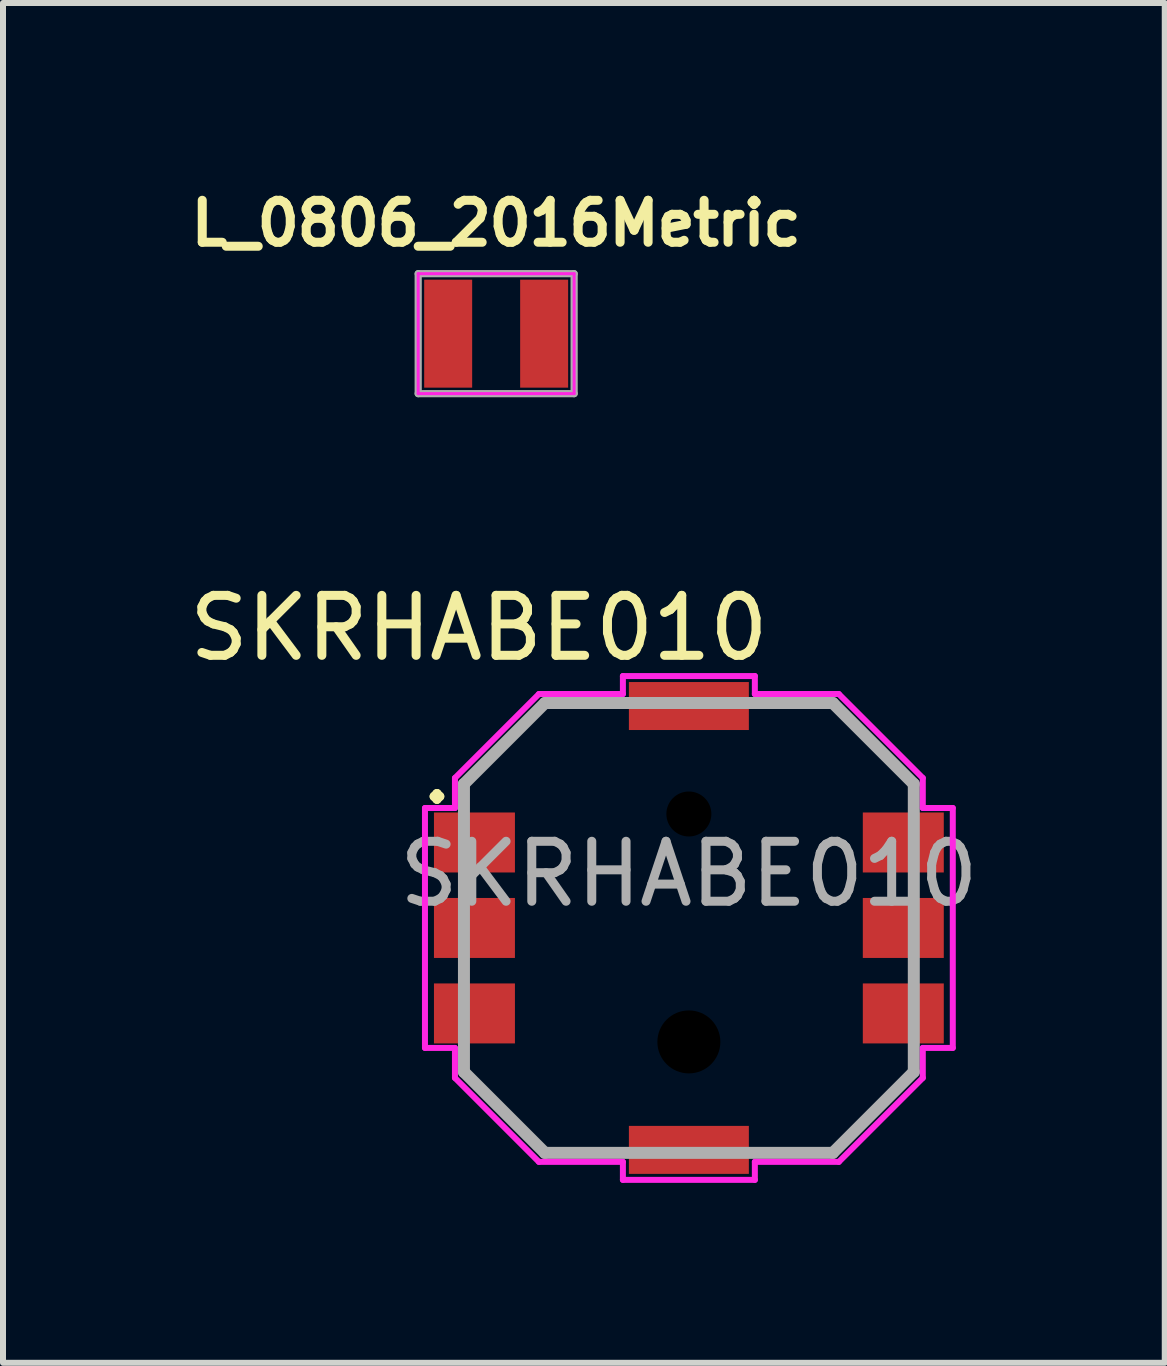
<source format=kicad_pcb>
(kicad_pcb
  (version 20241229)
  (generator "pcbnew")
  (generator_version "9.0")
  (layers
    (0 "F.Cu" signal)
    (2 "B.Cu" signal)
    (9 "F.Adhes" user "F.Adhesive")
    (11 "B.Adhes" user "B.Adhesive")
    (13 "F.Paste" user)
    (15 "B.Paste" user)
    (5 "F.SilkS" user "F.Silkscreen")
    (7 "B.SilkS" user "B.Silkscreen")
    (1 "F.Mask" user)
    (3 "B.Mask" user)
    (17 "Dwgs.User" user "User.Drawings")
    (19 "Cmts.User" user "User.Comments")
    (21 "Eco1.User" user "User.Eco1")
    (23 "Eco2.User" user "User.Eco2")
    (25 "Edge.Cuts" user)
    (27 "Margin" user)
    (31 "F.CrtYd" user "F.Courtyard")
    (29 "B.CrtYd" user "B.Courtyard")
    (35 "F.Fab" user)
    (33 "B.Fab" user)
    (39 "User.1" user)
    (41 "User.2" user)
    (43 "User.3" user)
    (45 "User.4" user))
  (footprint "L_0806_2016Metric"
    (layer "F.Cu")
    (at 5.222 2.513)
    (property "Reference" "L_0806_2016Metric" (at 0 -1.84 0) (layer "F.SilkS") (effects (font (size 0.7 0.7) (thickness 0.15))))
    (attr smd)
    (fp_line (start -1.2 -1) (end 1.2 -1) (stroke (width 0.1) (type solid)) (layer "F.SilkS"))
    (fp_line (start -1.2 1) (end 1.2 1) (stroke (width 0.1) (type solid)) (layer "F.SilkS"))
    (fp_line (start -1.3 -1) (end 1.3 -1) (stroke (width 0.05) (type solid)) (layer "F.CrtYd"))
    (fp_line (start -1.3 1) (end -1.3 -1) (stroke (width 0.05) (type solid)) (layer "F.CrtYd"))
    (fp_line (start -1.3 1) (end 1.3 1) (stroke (width 0.05) (type solid)) (layer "F.CrtYd"))
    (fp_line (start 1.3 1) (end 1.3 -1) (stroke (width 0.05) (type solid)) (layer "F.CrtYd"))
    (fp_line (start -1.3 -1) (end -1.3 1) (stroke (width 0.12) (type solid)) (layer "F.Fab"))
    (fp_line (start -1.3 -1) (end 1.3 -1) (stroke (width 0.12) (type solid)) (layer "F.Fab"))
    (fp_line (start -1.3 1) (end 1.3 1) (stroke (width 0.12) (type solid)) (layer "F.Fab"))
    (fp_line (start 1.3 -1) (end 1.3 1) (stroke (width 0.12) (type solid)) (layer "F.Fab"))
    (pad "1" smd rect (at -0.8 0) (size 0.8 1.8) (layers "F.Cu" "F.Mask" "F.Paste"))
    (pad "2" smd rect (at 0.8 0) (size 0.8 1.8) (layers "F.Cu" "F.Mask" "F.Paste")))
  (footprint "SKRHABE010"
    (layer "F.Cu")
    (at 8.435 12.421)
    (property "Reference" "SKRHABE010" (at -3.5 -5 0) (layer "F.SilkS") (effects (font (size 1 1) (thickness 0.15))))
    (attr smd)
    (fp_line (start -3.75 -2.4) (end -2.4 -3.75) (stroke (width 0.1) (type solid)) (layer "F.SilkS"))
    (fp_line (start -3.75 2.4) (end -3.75 2.05) (stroke (width 0.1) (type solid)) (layer "F.SilkS"))
    (fp_line (start -3.75 2.4) (end -2.4 3.75) (stroke (width 0.1) (type solid)) (layer "F.SilkS"))
    (fp_line (start -1.1 -3.75) (end -2.4 -3.75) (stroke (width 0.1) (type solid)) (layer "F.SilkS"))
    (fp_line (start -1.1 3.75) (end -2.4 3.75) (stroke (width 0.1) (type solid)) (layer "F.SilkS"))
    (fp_line (start 1.1 -3.75) (end 2.4 -3.75) (stroke (width 0.1) (type solid)) (layer "F.SilkS"))
    (fp_line (start 1.1 3.75) (end 2.4 3.75) (stroke (width 0.1) (type solid)) (layer "F.SilkS"))
    (fp_line (start 3.75 -2.4) (end 2.4 -3.75) (stroke (width 0.1) (type solid)) (layer "F.SilkS"))
    (fp_line (start 3.75 -2.4) (end 3.75 -2.05) (stroke (width 0.1) (type solid)) (layer "F.SilkS"))
    (fp_line (start 3.75 2.4) (end 2.4 3.75) (stroke (width 0.1) (type solid)) (layer "F.SilkS"))
    (fp_line (start 3.75 2.4) (end 3.75 2.05) (stroke (width 0.1) (type solid)) (layer "F.SilkS"))
    (fp_line (start -4.4 2) (end -4.4 -2) (stroke (width 0.1) (type solid)) (layer "F.CrtYd"))
    (fp_line (start -3.9 -2.5) (end -3.9 -2) (stroke (width 0.1) (type solid)) (layer "F.CrtYd"))
    (fp_line (start -3.9 -2) (end -4.4 -2) (stroke (width 0.1) (type solid)) (layer "F.CrtYd"))
    (fp_line (start -3.9 2) (end -4.4 2) (stroke (width 0.1) (type solid)) (layer "F.CrtYd"))
    (fp_line (start -3.9 2.5) (end -3.9 2) (stroke (width 0.1) (type solid)) (layer "F.CrtYd"))
    (fp_line (start -3.9 2.5) (end -2.5 3.9) (stroke (width 0.1) (type solid)) (layer "F.CrtYd"))
    (fp_line (start -2.5 -3.9) (end -3.9 -2.5) (stroke (width 0.1) (type solid)) (layer "F.CrtYd"))
    (fp_line (start -1.1 -4.2) (end -1.1 -3.9) (stroke (width 0.1) (type solid)) (layer "F.CrtYd"))
    (fp_line (start -1.1 -4.2) (end 1.1 -4.2) (stroke (width 0.1) (type solid)) (layer "F.CrtYd"))
    (fp_line (start -1.1 -3.9) (end -2.5 -3.9) (stroke (width 0.1) (type solid)) (layer "F.CrtYd"))
    (fp_line (start -1.1 3.9) (end -2.5 3.9) (stroke (width 0.1) (type solid)) (layer "F.CrtYd"))
    (fp_line (start -1.1 4.2) (end -1.1 3.9) (stroke (width 0.1) (type solid)) (layer "F.CrtYd"))
    (fp_line (start 1.1 -4.2) (end 1.1 -3.9) (stroke (width 0.1) (type solid)) (layer "F.CrtYd"))
    (fp_line (start 1.1 -3.9) (end 2.5 -3.9) (stroke (width 0.1) (type solid)) (layer "F.CrtYd"))
    (fp_line (start 1.1 3.9) (end 2.5 3.9) (stroke (width 0.1) (type solid)) (layer "F.CrtYd"))
    (fp_line (start 1.1 4.2) (end -1.1 4.2) (stroke (width 0.1) (type solid)) (layer "F.CrtYd"))
    (fp_line (start 1.1 4.2) (end 1.1 3.9) (stroke (width 0.1) (type solid)) (layer "F.CrtYd"))
    (fp_line (start 2.5 -3.9) (end 3.9 -2.5) (stroke (width 0.1) (type solid)) (layer "F.CrtYd"))
    (fp_line (start 2.5 3.9) (end 3.9 2.5) (stroke (width 0.1) (type solid)) (layer "F.CrtYd"))
    (fp_line (start 3.9 -2.5) (end 3.9 -2) (stroke (width 0.1) (type solid)) (layer "F.CrtYd"))
    (fp_line (start 3.9 -2) (end 4.4 -2) (stroke (width 0.1) (type solid)) (layer "F.CrtYd"))
    (fp_line (start 3.9 2) (end 4.4 2) (stroke (width 0.1) (type solid)) (layer "F.CrtYd"))
    (fp_line (start 3.9 2.5) (end 3.9 2) (stroke (width 0.1) (type solid)) (layer "F.CrtYd"))
    (fp_line (start 4.4 -2) (end 4.4 2) (stroke (width 0.1) (type solid)) (layer "F.CrtYd"))
    (fp_line (start -3.75 2.4) (end -3.75 -2.4) (stroke (width 0.2) (type solid)) (layer "F.Fab"))
    (fp_line (start -3.75 2.4) (end -2.4 3.75) (stroke (width 0.2) (type solid)) (layer "F.Fab"))
    (fp_line (start -2.4 -3.75) (end -3.75 -2.4) (stroke (width 0.2) (type solid)) (layer "F.Fab"))
    (fp_line (start -2.4 -3.75) (end 2.4 -3.75) (stroke (width 0.2) (type solid)) (layer "F.Fab"))
    (fp_line (start 2.4 -3.75) (end 3.75 -2.4) (stroke (width 0.2) (type solid)) (layer "F.Fab"))
    (fp_line (start 2.4 3.75) (end -2.4 3.75) (stroke (width 0.2) (type solid)) (layer "F.Fab"))
    (fp_line (start 3.75 -2.4) (end 3.75 2.4) (stroke (width 0.2) (type solid)) (layer "F.Fab"))
    (fp_line (start 3.75 2.4) (end 2.4 3.75) (stroke (width 0.2) (type solid)) (layer "F.Fab"))
    (fp_text user "." (at -4.2 -2.6 0) (layer "F.SilkS") (effects (font (size 1 1) (thickness 0.15))))
    (fp_text user "${REFERENCE}" (at 0 -0.9 0) (layer "F.Fab") (effects (font (size 1 1) (thickness 0.15))))
    (pad "" smd rect (at 0 -3.7 90) (size 0.8 2) (layers "F.Cu" "F.Mask" "F.Paste"))
    (pad "" np_thru_hole circle (at 0 -1.9) (size 0.75 0.75) (drill 0.75) (layers "*.Mask"))
    (pad "" np_thru_hole circle (at 0 1.9) (size 1.05 1.05) (drill 1.05) (layers "*.Mask"))
    (pad "" smd rect (at 0 3.7 90) (size 0.8 2) (layers "F.Cu" "F.Mask" "F.Paste"))
    (pad "1" smd rect (at -3.575 -1.425 90) (size 1 1.35) (layers "F.Cu" "F.Mask" "F.Paste"))
    (pad "2" smd rect (at -3.575 0 90) (size 1 1.35) (layers "F.Cu" "F.Mask" "F.Paste"))
    (pad "3" smd rect (at -3.575 1.425 90) (size 1 1.35) (layers "F.Cu" "F.Mask" "F.Paste"))
    (pad "4" smd rect (at 3.575 -1.425 90) (size 1 1.35) (layers "F.Cu" "F.Mask" "F.Paste"))
    (pad "5" smd rect (at 3.575 0 90) (size 1 1.35) (layers "F.Cu" "F.Mask" "F.Paste"))
    (pad "6" smd rect (at 3.575 1.425 90) (size 1 1.35) (layers "F.Cu" "F.Mask" "F.Paste")))
  (gr_rect
    (start -3 -3)
    (end 16.369 19.671)
    (stroke (width 0.1) (type default))
    (fill no)
    (layer "Edge.Cuts")))
</source>
